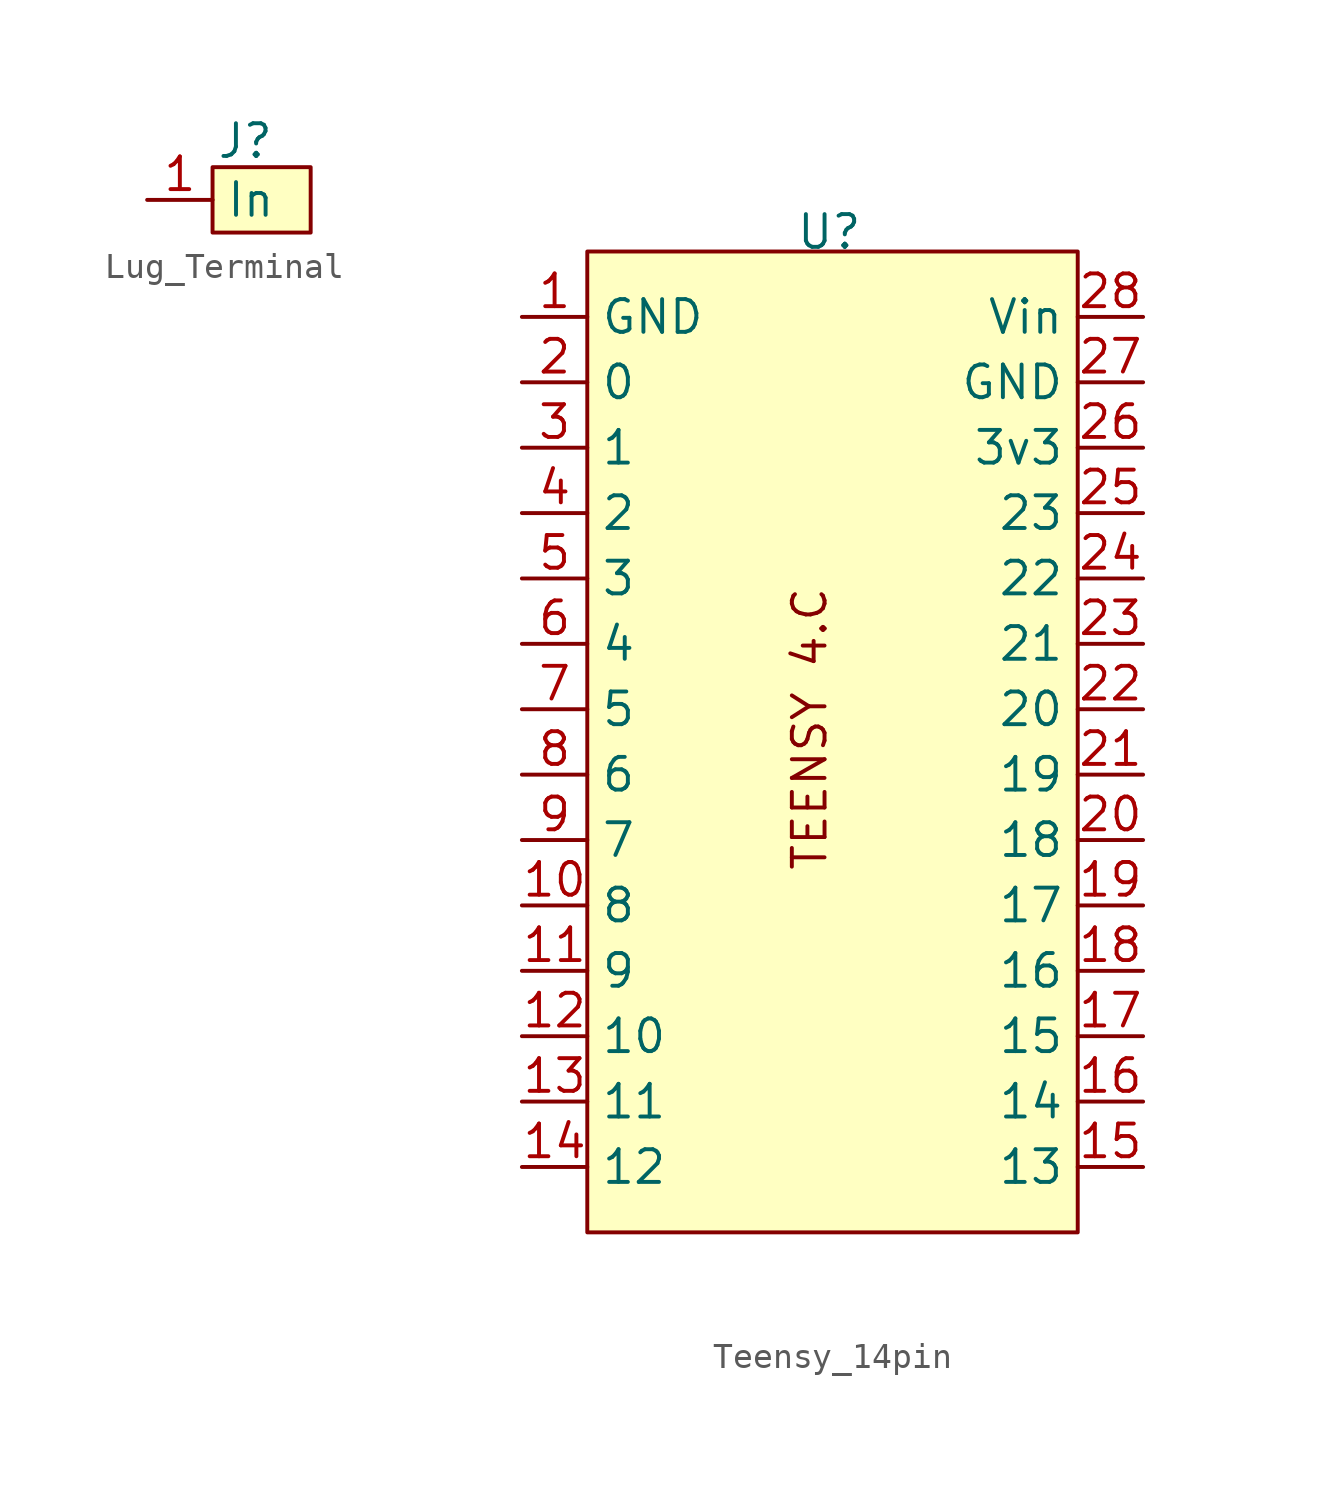
<source format=kicad_sym>
(kicad_symbol_lib
  (version 20241209)
  (generator "kicad_symbol_editor")
  (generator_version "9.0")
  (symbol "Lug_Terminal"
    (property "Reference" "J"
      (at 0 2.286 0)
      (effects (font (size 1.27 1.27))))
    (property "Value" ""
      (at 0 0 0)
      (effects (font (size 1.27 1.27))))
    (symbol "Lug_Terminal_1_1"
      (rectangle (start -1.27 1.27) (end 2.54 -1.27) (stroke (width 0) (type solid)) (fill (type background)))
      (pin input line (at -3.81 0 0) (length 2.54) (name "In" (effects (font (size 1.27 1.27)))) (number "1" (effects (font (size 1.27 1.27)))))))
  (symbol "Teensy_14pin"
    (property "Reference" "U"
      (at -0.762 19.812 0)
      (effects (font (size 1.27 1.27))))
    (property "Value" ""
      (at 0 0 0)
      (effects (font (size 1.27 1.27))))
    (symbol "Teensy_14pin_1_1"
      (rectangle (start -10.16 19.05) (end 8.89 -19.05) (stroke (width 0) (type solid)) (fill (type background)))
      (text "TEENSY 4.C" (at -1.524 0.508 900) (effects (font (size 1.27 1.27))))
      (pin input line (at -12.7 16.51 0) (length 2.54) (name "GND" (effects (font (size 1.27 1.27)))) (number "1" (effects (font (size 1.27 1.27)))))
      (pin input line (at -12.7 13.97 0) (length 2.54) (name "0" (effects (font (size 1.27 1.27)))) (number "2" (effects (font (size 1.27 1.27)))))
      (pin input line (at -12.7 11.43 0) (length 2.54) (name "1" (effects (font (size 1.27 1.27)))) (number "3" (effects (font (size 1.27 1.27)))))
      (pin input line (at -12.7 8.89 0) (length 2.54) (name "2" (effects (font (size 1.27 1.27)))) (number "4" (effects (font (size 1.27 1.27)))))
      (pin input line (at -12.7 6.35 0) (length 2.54) (name "3" (effects (font (size 1.27 1.27)))) (number "5" (effects (font (size 1.27 1.27)))))
      (pin input line (at -12.7 3.81 0) (length 2.54) (name "4" (effects (font (size 1.27 1.27)))) (number "6" (effects (font (size 1.27 1.27)))))
      (pin input line (at -12.7 1.27 0) (length 2.54) (name "5" (effects (font (size 1.27 1.27)))) (number "7" (effects (font (size 1.27 1.27)))))
      (pin input line (at -12.7 -1.27 0) (length 2.54) (name "6" (effects (font (size 1.27 1.27)))) (number "8" (effects (font (size 1.27 1.27)))))
      (pin input line (at -12.7 -3.81 0) (length 2.54) (name "7" (effects (font (size 1.27 1.27)))) (number "9" (effects (font (size 1.27 1.27)))))
      (pin input line (at -12.7 -6.35 0) (length 2.54) (name "8" (effects (font (size 1.27 1.27)))) (number "10" (effects (font (size 1.27 1.27)))))
      (pin input line (at -12.7 -8.89 0) (length 2.54) (name "9" (effects (font (size 1.27 1.27)))) (number "11" (effects (font (size 1.27 1.27)))))
      (pin input line (at -12.7 -11.43 0) (length 2.54) (name "10" (effects (font (size 1.27 1.27)))) (number "12" (effects (font (size 1.27 1.27)))))
      (pin input line (at -12.7 -13.97 0) (length 2.54) (name "11" (effects (font (size 1.27 1.27)))) (number "13" (effects (font (size 1.27 1.27)))))
      (pin input line (at -12.7 -16.51 0) (length 2.54) (name "12" (effects (font (size 1.27 1.27)))) (number "14" (effects (font (size 1.27 1.27)))))
      (pin input line (at 11.43 16.51 180) (length 2.54) (name "Vin" (effects (font (size 1.27 1.27)))) (number "28" (effects (font (size 1.27 1.27)))))
      (pin input line (at 11.43 13.97 180) (length 2.54) (name "GND" (effects (font (size 1.27 1.27)))) (number "27" (effects (font (size 1.27 1.27)))))
      (pin input line (at 11.43 11.43 180) (length 2.54) (name "3v3" (effects (font (size 1.27 1.27)))) (number "26" (effects (font (size 1.27 1.27)))))
      (pin input line (at 11.43 8.89 180) (length 2.54) (name "23" (effects (font (size 1.27 1.27)))) (number "25" (effects (font (size 1.27 1.27)))))
      (pin input line (at 11.43 6.35 180) (length 2.54) (name "22" (effects (font (size 1.27 1.27)))) (number "24" (effects (font (size 1.27 1.27)))))
      (pin input line (at 11.43 3.81 180) (length 2.54) (name "21" (effects (font (size 1.27 1.27)))) (number "23" (effects (font (size 1.27 1.27)))))
      (pin input line (at 11.43 1.27 180) (length 2.54) (name "20" (effects (font (size 1.27 1.27)))) (number "22" (effects (font (size 1.27 1.27)))))
      (pin input line (at 11.43 -1.27 180) (length 2.54) (name "19" (effects (font (size 1.27 1.27)))) (number "21" (effects (font (size 1.27 1.27)))))
      (pin input line (at 11.43 -3.81 180) (length 2.54) (name "18" (effects (font (size 1.27 1.27)))) (number "20" (effects (font (size 1.27 1.27)))))
      (pin input line (at 11.43 -6.35 180) (length 2.54) (name "17" (effects (font (size 1.27 1.27)))) (number "19" (effects (font (size 1.27 1.27)))))
      (pin input line (at 11.43 -8.89 180) (length 2.54) (name "16" (effects (font (size 1.27 1.27)))) (number "18" (effects (font (size 1.27 1.27)))))
      (pin input line (at 11.43 -11.43 180) (length 2.54) (name "15" (effects (font (size 1.27 1.27)))) (number "17" (effects (font (size 1.27 1.27)))))
      (pin input line (at 11.43 -13.97 180) (length 2.54) (name "14" (effects (font (size 1.27 1.27)))) (number "16" (effects (font (size 1.27 1.27)))))
      (pin input line (at 11.43 -16.51 180) (length 2.54) (name "13" (effects (font (size 1.27 1.27)))) (number "15" (effects (font (size 1.27 1.27))))))))
</source>
